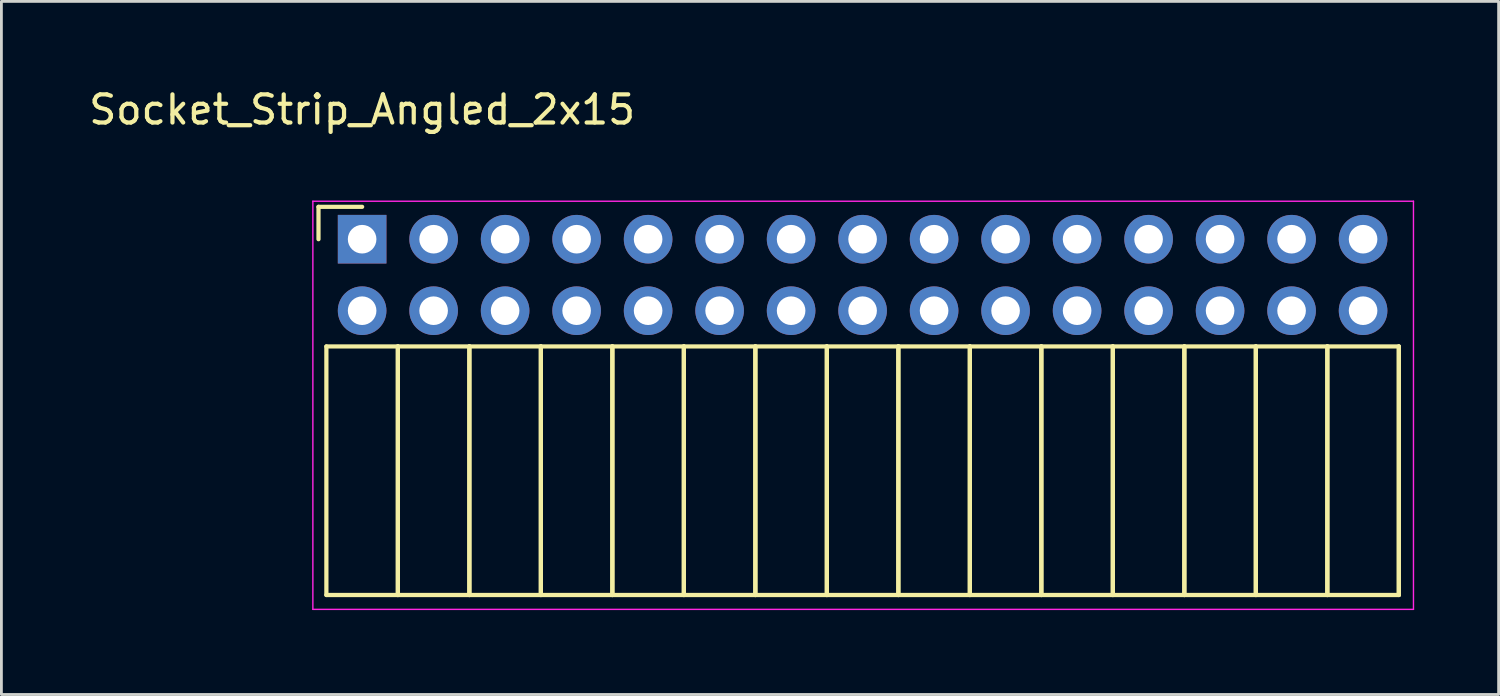
<source format=kicad_pcb>
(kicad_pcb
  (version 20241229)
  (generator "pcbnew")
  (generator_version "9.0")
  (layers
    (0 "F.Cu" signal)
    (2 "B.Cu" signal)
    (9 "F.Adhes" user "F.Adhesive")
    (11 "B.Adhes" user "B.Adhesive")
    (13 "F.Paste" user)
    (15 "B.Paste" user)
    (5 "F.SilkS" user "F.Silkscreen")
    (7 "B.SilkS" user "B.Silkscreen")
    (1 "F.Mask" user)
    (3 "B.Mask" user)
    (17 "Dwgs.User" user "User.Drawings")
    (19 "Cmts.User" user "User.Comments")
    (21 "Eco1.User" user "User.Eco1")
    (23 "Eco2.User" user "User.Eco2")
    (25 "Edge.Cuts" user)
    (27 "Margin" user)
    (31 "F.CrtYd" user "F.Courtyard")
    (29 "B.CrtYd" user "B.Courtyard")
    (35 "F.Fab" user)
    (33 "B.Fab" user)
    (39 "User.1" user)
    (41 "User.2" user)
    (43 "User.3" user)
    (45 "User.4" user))
  (footprint "Socket_Strip_Angled_2x15"
    (layer "F.Cu")
    (at 9.815 5.448)
    (property "Reference" "Socket_Strip_Angled_2x15" (at 0 -4.6 0) (layer "F.SilkS") (effects (font (size 1 1) (thickness 0.15))))
    (attr through_hole)
    (fp_line (start -1.55 -1.15) (end -1.55 0) (stroke (width 0.15) (type solid)) (layer "F.SilkS"))
    (fp_line (start -1.27 3.81) (end -1.27 12.64) (stroke (width 0.15) (type solid)) (layer "F.SilkS"))
    (fp_line (start -1.27 3.81) (end 1.27 3.81) (stroke (width 0.15) (type solid)) (layer "F.SilkS"))
    (fp_line (start -1.27 12.64) (end 1.27 12.64) (stroke (width 0.15) (type solid)) (layer "F.SilkS"))
    (fp_line (start 0 -1.15) (end -1.55 -1.15) (stroke (width 0.15) (type solid)) (layer "F.SilkS"))
    (fp_line (start 1.27 3.81) (end 1.27 12.64) (stroke (width 0.15) (type solid)) (layer "F.SilkS"))
    (fp_line (start 1.27 3.81) (end 3.81 3.81) (stroke (width 0.15) (type solid)) (layer "F.SilkS"))
    (fp_line (start 1.27 12.64) (end 1.27 3.81) (stroke (width 0.15) (type solid)) (layer "F.SilkS"))
    (fp_line (start 1.27 12.64) (end 3.81 12.64) (stroke (width 0.15) (type solid)) (layer "F.SilkS"))
    (fp_line (start 3.81 3.81) (end 3.81 12.64) (stroke (width 0.15) (type solid)) (layer "F.SilkS"))
    (fp_line (start 3.81 3.81) (end 6.35 3.81) (stroke (width 0.15) (type solid)) (layer "F.SilkS"))
    (fp_line (start 3.81 12.64) (end 3.81 3.81) (stroke (width 0.15) (type solid)) (layer "F.SilkS"))
    (fp_line (start 3.81 12.64) (end 6.35 12.64) (stroke (width 0.15) (type solid)) (layer "F.SilkS"))
    (fp_line (start 6.35 3.81) (end 6.35 12.64) (stroke (width 0.15) (type solid)) (layer "F.SilkS"))
    (fp_line (start 6.35 3.81) (end 8.89 3.81) (stroke (width 0.15) (type solid)) (layer "F.SilkS"))
    (fp_line (start 6.35 12.64) (end 6.35 3.81) (stroke (width 0.15) (type solid)) (layer "F.SilkS"))
    (fp_line (start 6.35 12.64) (end 8.89 12.64) (stroke (width 0.15) (type solid)) (layer "F.SilkS"))
    (fp_line (start 8.89 3.81) (end 8.89 12.64) (stroke (width 0.15) (type solid)) (layer "F.SilkS"))
    (fp_line (start 8.89 3.81) (end 11.43 3.81) (stroke (width 0.15) (type solid)) (layer "F.SilkS"))
    (fp_line (start 8.89 12.64) (end 8.89 3.81) (stroke (width 0.15) (type solid)) (layer "F.SilkS"))
    (fp_line (start 8.89 12.64) (end 11.43 12.64) (stroke (width 0.15) (type solid)) (layer "F.SilkS"))
    (fp_line (start 11.43 3.81) (end 11.43 12.64) (stroke (width 0.15) (type solid)) (layer "F.SilkS"))
    (fp_line (start 11.43 3.81) (end 13.97 3.81) (stroke (width 0.15) (type solid)) (layer "F.SilkS"))
    (fp_line (start 11.43 12.64) (end 11.43 3.81) (stroke (width 0.15) (type solid)) (layer "F.SilkS"))
    (fp_line (start 11.43 12.64) (end 13.97 12.64) (stroke (width 0.15) (type solid)) (layer "F.SilkS"))
    (fp_line (start 13.97 3.81) (end 13.97 12.64) (stroke (width 0.15) (type solid)) (layer "F.SilkS"))
    (fp_line (start 13.97 3.81) (end 16.51 3.81) (stroke (width 0.15) (type solid)) (layer "F.SilkS"))
    (fp_line (start 13.97 12.64) (end 13.97 3.81) (stroke (width 0.15) (type solid)) (layer "F.SilkS"))
    (fp_line (start 13.97 12.64) (end 16.51 12.64) (stroke (width 0.15) (type solid)) (layer "F.SilkS"))
    (fp_line (start 16.51 3.81) (end 16.51 12.64) (stroke (width 0.15) (type solid)) (layer "F.SilkS"))
    (fp_line (start 16.51 3.81) (end 19.05 3.81) (stroke (width 0.15) (type solid)) (layer "F.SilkS"))
    (fp_line (start 16.51 12.64) (end 16.51 3.81) (stroke (width 0.15) (type solid)) (layer "F.SilkS"))
    (fp_line (start 16.51 12.64) (end 19.05 12.64) (stroke (width 0.15) (type solid)) (layer "F.SilkS"))
    (fp_line (start 19.05 3.81) (end 19.05 12.64) (stroke (width 0.15) (type solid)) (layer "F.SilkS"))
    (fp_line (start 19.05 3.81) (end 21.59 3.81) (stroke (width 0.15) (type solid)) (layer "F.SilkS"))
    (fp_line (start 19.05 12.64) (end 19.05 3.81) (stroke (width 0.15) (type solid)) (layer "F.SilkS"))
    (fp_line (start 19.05 12.64) (end 21.59 12.64) (stroke (width 0.15) (type solid)) (layer "F.SilkS"))
    (fp_line (start 21.59 3.81) (end 21.59 12.64) (stroke (width 0.15) (type solid)) (layer "F.SilkS"))
    (fp_line (start 21.59 3.81) (end 24.13 3.81) (stroke (width 0.15) (type solid)) (layer "F.SilkS"))
    (fp_line (start 21.59 12.64) (end 21.59 3.81) (stroke (width 0.15) (type solid)) (layer "F.SilkS"))
    (fp_line (start 21.59 12.64) (end 24.13 12.64) (stroke (width 0.15) (type solid)) (layer "F.SilkS"))
    (fp_line (start 24.13 3.81) (end 24.13 12.64) (stroke (width 0.15) (type solid)) (layer "F.SilkS"))
    (fp_line (start 24.13 3.81) (end 26.67 3.81) (stroke (width 0.15) (type solid)) (layer "F.SilkS"))
    (fp_line (start 24.13 12.64) (end 24.13 3.81) (stroke (width 0.15) (type solid)) (layer "F.SilkS"))
    (fp_line (start 24.13 12.64) (end 26.67 12.64) (stroke (width 0.15) (type solid)) (layer "F.SilkS"))
    (fp_line (start 26.67 3.81) (end 26.67 12.64) (stroke (width 0.15) (type solid)) (layer "F.SilkS"))
    (fp_line (start 26.67 3.81) (end 29.21 3.81) (stroke (width 0.15) (type solid)) (layer "F.SilkS"))
    (fp_line (start 26.67 12.64) (end 26.67 3.81) (stroke (width 0.15) (type solid)) (layer "F.SilkS"))
    (fp_line (start 26.67 12.64) (end 29.21 12.64) (stroke (width 0.15) (type solid)) (layer "F.SilkS"))
    (fp_line (start 29.21 3.81) (end 29.21 12.64) (stroke (width 0.15) (type solid)) (layer "F.SilkS"))
    (fp_line (start 29.21 3.81) (end 31.75 3.81) (stroke (width 0.15) (type solid)) (layer "F.SilkS"))
    (fp_line (start 29.21 12.64) (end 29.21 3.81) (stroke (width 0.15) (type solid)) (layer "F.SilkS"))
    (fp_line (start 29.21 12.64) (end 31.75 12.64) (stroke (width 0.15) (type solid)) (layer "F.SilkS"))
    (fp_line (start 31.75 3.81) (end 31.75 12.64) (stroke (width 0.15) (type solid)) (layer "F.SilkS"))
    (fp_line (start 31.75 3.81) (end 34.29 3.81) (stroke (width 0.15) (type solid)) (layer "F.SilkS"))
    (fp_line (start 31.75 12.64) (end 31.75 3.81) (stroke (width 0.15) (type solid)) (layer "F.SilkS"))
    (fp_line (start 31.75 12.64) (end 34.29 12.64) (stroke (width 0.15) (type solid)) (layer "F.SilkS"))
    (fp_line (start 34.29 3.81) (end 34.29 12.64) (stroke (width 0.15) (type solid)) (layer "F.SilkS"))
    (fp_line (start 34.29 3.81) (end 36.83 3.81) (stroke (width 0.15) (type solid)) (layer "F.SilkS"))
    (fp_line (start 34.29 12.64) (end 34.29 3.81) (stroke (width 0.15) (type solid)) (layer "F.SilkS"))
    (fp_line (start 34.29 12.64) (end 36.83 12.64) (stroke (width 0.15) (type solid)) (layer "F.SilkS"))
    (fp_line (start 36.83 3.81) (end 36.83 12.64) (stroke (width 0.15) (type solid)) (layer "F.SilkS"))
    (fp_line (start 36.83 12.64) (end 36.83 3.81) (stroke (width 0.15) (type solid)) (layer "F.SilkS"))
    (fp_line (start -1.75 -1.35) (end -1.75 13.15) (stroke (width 0.05) (type solid)) (layer "F.CrtYd"))
    (fp_line (start -1.75 -1.35) (end 37.35 -1.35) (stroke (width 0.05) (type solid)) (layer "F.CrtYd"))
    (fp_line (start -1.75 13.15) (end 37.35 13.15) (stroke (width 0.05) (type solid)) (layer "F.CrtYd"))
    (fp_line (start 37.35 -1.35) (end 37.35 13.15) (stroke (width 0.05) (type solid)) (layer "F.CrtYd"))
    (pad "1" thru_hole rect (at 0 0) (size 1.727 1.727) (drill 1.016) (layers "*.Cu" "*.Mask"))
    (pad "2" thru_hole oval (at 0 2.54) (size 1.727 1.727) (drill 1.016) (layers "*.Cu" "*.Mask"))
    (pad "3" thru_hole oval (at 2.54 0) (size 1.727 1.727) (drill 1.016) (layers "*.Cu" "*.Mask"))
    (pad "4" thru_hole oval (at 2.54 2.54) (size 1.727 1.727) (drill 1.016) (layers "*.Cu" "*.Mask"))
    (pad "5" thru_hole oval (at 5.08 0) (size 1.727 1.727) (drill 1.016) (layers "*.Cu" "*.Mask"))
    (pad "6" thru_hole oval (at 5.08 2.54) (size 1.727 1.727) (drill 1.016) (layers "*.Cu" "*.Mask"))
    (pad "7" thru_hole oval (at 7.62 0) (size 1.727 1.727) (drill 1.016) (layers "*.Cu" "*.Mask"))
    (pad "8" thru_hole oval (at 7.62 2.54) (size 1.727 1.727) (drill 1.016) (layers "*.Cu" "*.Mask"))
    (pad "9" thru_hole oval (at 10.16 0) (size 1.727 1.727) (drill 1.016) (layers "*.Cu" "*.Mask"))
    (pad "10" thru_hole oval (at 10.16 2.54) (size 1.727 1.727) (drill 1.016) (layers "*.Cu" "*.Mask"))
    (pad "11" thru_hole oval (at 12.7 0) (size 1.727 1.727) (drill 1.016) (layers "*.Cu" "*.Mask"))
    (pad "12" thru_hole oval (at 12.7 2.54) (size 1.727 1.727) (drill 1.016) (layers "*.Cu" "*.Mask"))
    (pad "13" thru_hole oval (at 15.24 0) (size 1.727 1.727) (drill 1.016) (layers "*.Cu" "*.Mask"))
    (pad "14" thru_hole oval (at 15.24 2.54) (size 1.727 1.727) (drill 1.016) (layers "*.Cu" "*.Mask"))
    (pad "15" thru_hole oval (at 17.78 0) (size 1.727 1.727) (drill 1.016) (layers "*.Cu" "*.Mask"))
    (pad "16" thru_hole oval (at 17.78 2.54) (size 1.727 1.727) (drill 1.016) (layers "*.Cu" "*.Mask"))
    (pad "17" thru_hole oval (at 20.32 0) (size 1.727 1.727) (drill 1.016) (layers "*.Cu" "*.Mask"))
    (pad "18" thru_hole oval (at 20.32 2.54) (size 1.727 1.727) (drill 1.016) (layers "*.Cu" "*.Mask"))
    (pad "19" thru_hole oval (at 22.86 0) (size 1.727 1.727) (drill 1.016) (layers "*.Cu" "*.Mask"))
    (pad "20" thru_hole oval (at 22.86 2.54) (size 1.727 1.727) (drill 1.016) (layers "*.Cu" "*.Mask"))
    (pad "21" thru_hole oval (at 25.4 0) (size 1.727 1.727) (drill 1.016) (layers "*.Cu" "*.Mask"))
    (pad "22" thru_hole oval (at 25.4 2.54) (size 1.727 1.727) (drill 1.016) (layers "*.Cu" "*.Mask"))
    (pad "23" thru_hole oval (at 27.94 0) (size 1.727 1.727) (drill 1.016) (layers "*.Cu" "*.Mask"))
    (pad "24" thru_hole oval (at 27.94 2.54) (size 1.727 1.727) (drill 1.016) (layers "*.Cu" "*.Mask"))
    (pad "25" thru_hole oval (at 30.48 0) (size 1.727 1.727) (drill 1.016) (layers "*.Cu" "*.Mask"))
    (pad "26" thru_hole oval (at 30.48 2.54) (size 1.727 1.727) (drill 1.016) (layers "*.Cu" "*.Mask"))
    (pad "27" thru_hole oval (at 33.02 0) (size 1.727 1.727) (drill 1.016) (layers "*.Cu" "*.Mask"))
    (pad "28" thru_hole oval (at 33.02 2.54) (size 1.727 1.727) (drill 1.016) (layers "*.Cu" "*.Mask"))
    (pad "29" thru_hole oval (at 35.56 0) (size 1.727 1.727) (drill 1.016) (layers "*.Cu" "*.Mask"))
    (pad "30" thru_hole oval (at 35.56 2.54) (size 1.727 1.727) (drill 1.016) (layers "*.Cu" "*.Mask")))
  (gr_rect
    (start -3 -3)
    (end 50.19 21.623)
    (stroke (width 0.1) (type default))
    (fill no)
    (layer "Edge.Cuts")))
</source>
